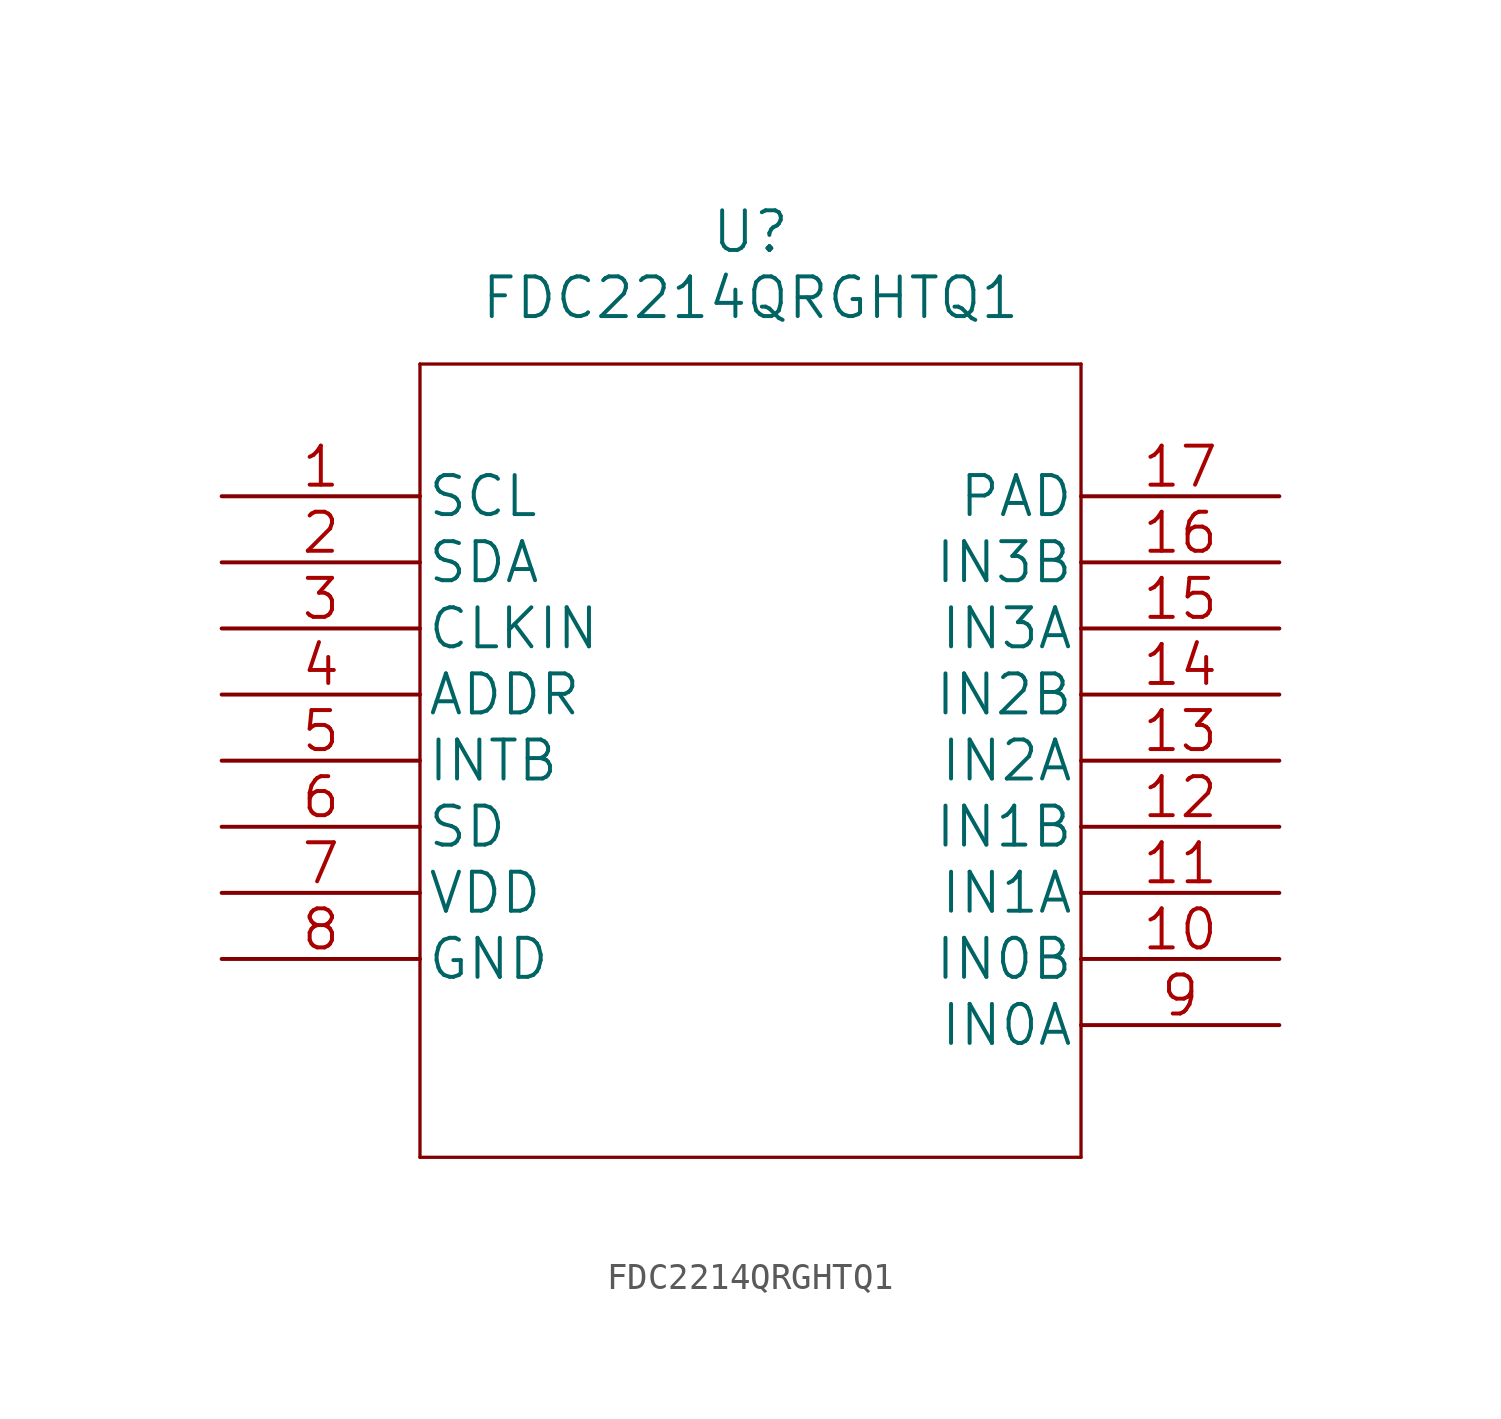
<source format=kicad_sym>
(kicad_symbol_lib
  (version 20211014)
  (generator kicad_symbol_editor)
  (symbol "FDC2214QRGHTQ1"
    (pin_names
      (offset 0.254))
    (property "Reference" "U"
      (at 20.32 10.16 0)
      (effects (font (size 1.524 1.524))))
    (property "Value" "FDC2214QRGHTQ1"
      (at 20.32 7.62 0)
      (effects (font (size 1.524 1.524))))
    (property "Datasheet" ""
      (at 0 0 0)
      (effects (font (size 1.524 1.524))))
    (symbol "FDC2214QRGHTQ1_1_1"
      (polyline (pts (xy 7.62 -25.4) (xy 33.02 -25.4)) (stroke (width 0.127) (type default) (color 0 0 0 0)) (fill (type none)))
      (polyline (pts (xy 7.62 5.08) (xy 7.62 -25.4)) (stroke (width 0.127) (type default) (color 0 0 0 0)) (fill (type none)))
      (polyline (pts (xy 33.02 -25.4) (xy 33.02 5.08)) (stroke (width 0.127) (type default) (color 0 0 0 0)) (fill (type none)))
      (polyline (pts (xy 33.02 5.08) (xy 7.62 5.08)) (stroke (width 0.127) (type default) (color 0 0 0 0)) (fill (type none)))
      (pin input line (at 0 0 0) (length 7.62) (name "SCL" (effects (font (size 1.499 1.499)))) (number "1" (effects (font (size 1.499 1.499)))))
      (pin input line (at 40.64 -17.78 180) (length 7.62) (name "IN0B" (effects (font (size 1.499 1.499)))) (number "10" (effects (font (size 1.499 1.499)))))
      (pin input line (at 40.64 -15.24 180) (length 7.62) (name "IN1A" (effects (font (size 1.499 1.499)))) (number "11" (effects (font (size 1.499 1.499)))))
      (pin input line (at 40.64 -12.7 180) (length 7.62) (name "IN1B" (effects (font (size 1.499 1.499)))) (number "12" (effects (font (size 1.499 1.499)))))
      (pin input line (at 40.64 -10.16 180) (length 7.62) (name "IN2A" (effects (font (size 1.499 1.499)))) (number "13" (effects (font (size 1.499 1.499)))))
      (pin input line (at 40.64 -7.62 180) (length 7.62) (name "IN2B" (effects (font (size 1.499 1.499)))) (number "14" (effects (font (size 1.499 1.499)))))
      (pin input line (at 40.64 -5.08 180) (length 7.62) (name "IN3A" (effects (font (size 1.499 1.499)))) (number "15" (effects (font (size 1.499 1.499)))))
      (pin input line (at 40.64 -2.54 180) (length 7.62) (name "IN3B" (effects (font (size 1.499 1.499)))) (number "16" (effects (font (size 1.499 1.499)))))
      (pin power_in line (at 40.64 0 180) (length 7.62) (name "PAD" (effects (font (size 1.499 1.499)))) (number "17" (effects (font (size 1.499 1.499)))))
      (pin bidirectional line (at 0 -2.54 0) (length 7.62) (name "SDA" (effects (font (size 1.499 1.499)))) (number "2" (effects (font (size 1.499 1.499)))))
      (pin input line (at 0 -5.08 0) (length 7.62) (name "CLKIN" (effects (font (size 1.499 1.499)))) (number "3" (effects (font (size 1.499 1.499)))))
      (pin input line (at 0 -7.62 0) (length 7.62) (name "ADDR" (effects (font (size 1.499 1.499)))) (number "4" (effects (font (size 1.499 1.499)))))
      (pin output line (at 0 -10.16 0) (length 7.62) (name "INTB" (effects (font (size 1.499 1.499)))) (number "5" (effects (font (size 1.499 1.499)))))
      (pin input line (at 0 -12.7 0) (length 7.62) (name "SD" (effects (font (size 1.499 1.499)))) (number "6" (effects (font (size 1.499 1.499)))))
      (pin power_in line (at 0 -15.24 0) (length 7.62) (name "VDD" (effects (font (size 1.499 1.499)))) (number "7" (effects (font (size 1.499 1.499)))))
      (pin power_in line (at 0 -17.78 0) (length 7.62) (name "GND" (effects (font (size 1.499 1.499)))) (number "8" (effects (font (size 1.499 1.499)))))
      (pin input line (at 40.64 -20.32 180) (length 7.62) (name "IN0A" (effects (font (size 1.499 1.499)))) (number "9" (effects (font (size 1.499 1.499))))))))
</source>
